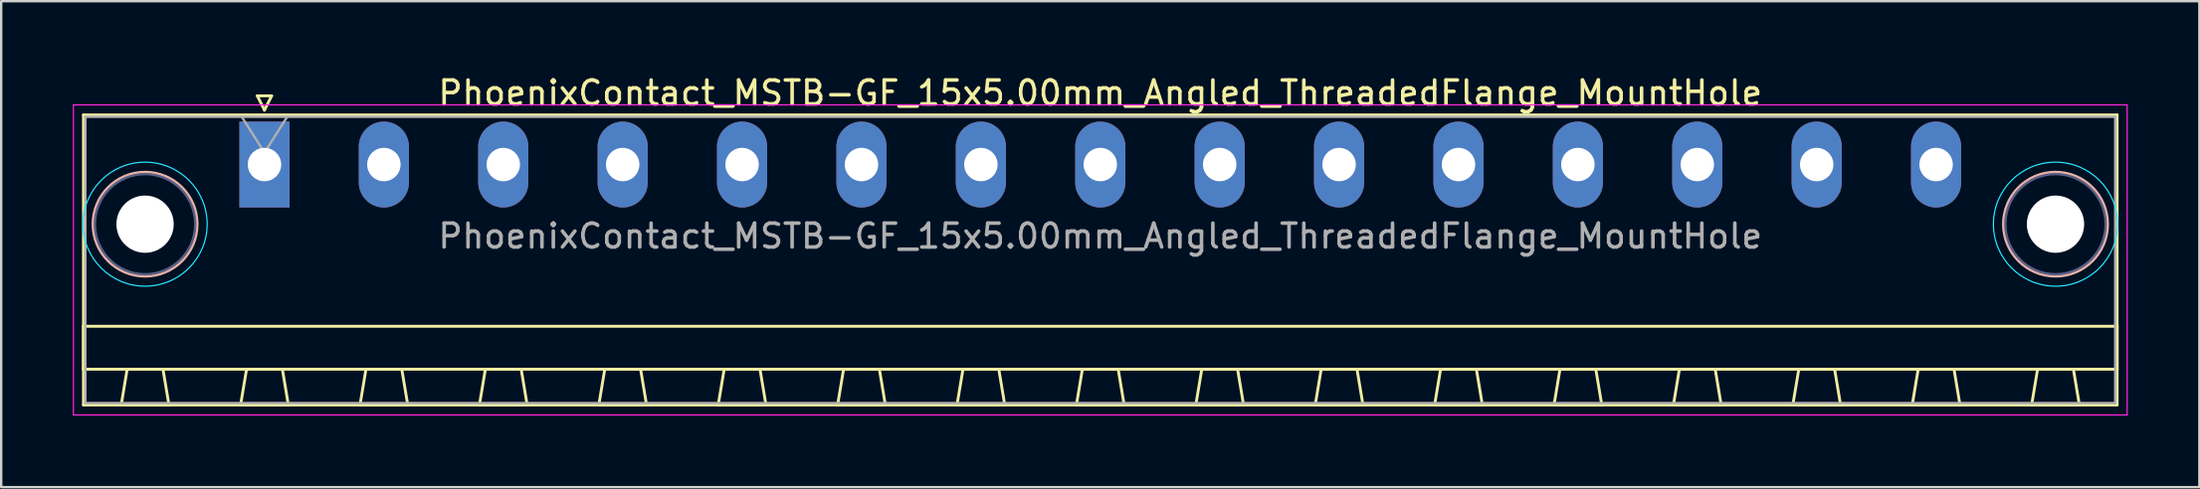
<source format=kicad_pcb>
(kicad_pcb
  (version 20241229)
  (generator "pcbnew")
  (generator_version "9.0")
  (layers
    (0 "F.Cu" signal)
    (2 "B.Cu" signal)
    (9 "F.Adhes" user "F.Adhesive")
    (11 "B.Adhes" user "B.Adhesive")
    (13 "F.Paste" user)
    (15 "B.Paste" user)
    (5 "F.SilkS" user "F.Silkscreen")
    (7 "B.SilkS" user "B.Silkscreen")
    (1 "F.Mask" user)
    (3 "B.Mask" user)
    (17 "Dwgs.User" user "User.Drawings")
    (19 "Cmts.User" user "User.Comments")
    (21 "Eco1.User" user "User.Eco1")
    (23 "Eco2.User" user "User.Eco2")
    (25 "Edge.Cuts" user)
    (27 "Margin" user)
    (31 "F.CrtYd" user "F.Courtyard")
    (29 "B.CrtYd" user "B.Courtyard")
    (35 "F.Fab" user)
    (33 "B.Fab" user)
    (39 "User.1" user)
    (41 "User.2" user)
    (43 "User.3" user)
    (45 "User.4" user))
  (footprint "PhoenixContact_MSTB-GF_15x5.00mm_Angled_ThreadedFlange_MountHole"
    (layer "F.Cu")
    (at 8.025 3.848)
    (property "Reference" "PhoenixContact_MSTB-GF_15x5.00mm_Angled_ThreadedFlange_MountHole" (at 35 -3 0) (layer "F.SilkS") (effects (font (size 1 1) (thickness 0.15))))
    (attr through_hole)
    (fp_line (start -7.58 -2.08) (end -7.58 10.08) (stroke (width 0.12) (type solid)) (layer "F.SilkS"))
    (fp_line (start -7.58 6.78) (end 77.58 6.78) (stroke (width 0.12) (type solid)) (layer "F.SilkS"))
    (fp_line (start -7.58 8.58) (end -7.58 6.78) (stroke (width 0.12) (type solid)) (layer "F.SilkS"))
    (fp_line (start -7.58 10.08) (end 77.58 10.08) (stroke (width 0.12) (type solid)) (layer "F.SilkS"))
    (fp_line (start -6 10.08) (end -4 10.08) (stroke (width 0.12) (type solid)) (layer "F.SilkS"))
    (fp_line (start -5.75 8.58) (end -6 10.08) (stroke (width 0.12) (type solid)) (layer "F.SilkS"))
    (fp_line (start -4.25 8.58) (end -5.75 8.58) (stroke (width 0.12) (type solid)) (layer "F.SilkS"))
    (fp_line (start -4 10.08) (end -4.25 8.58) (stroke (width 0.12) (type solid)) (layer "F.SilkS"))
    (fp_line (start -1 10.08) (end 1 10.08) (stroke (width 0.12) (type solid)) (layer "F.SilkS"))
    (fp_line (start -0.75 8.58) (end -1 10.08) (stroke (width 0.12) (type solid)) (layer "F.SilkS"))
    (fp_line (start -0.3 -2.88) (end 0.3 -2.88) (stroke (width 0.12) (type solid)) (layer "F.SilkS"))
    (fp_line (start 0 -2.28) (end -0.3 -2.88) (stroke (width 0.12) (type solid)) (layer "F.SilkS"))
    (fp_line (start 0.3 -2.88) (end 0 -2.28) (stroke (width 0.12) (type solid)) (layer "F.SilkS"))
    (fp_line (start 0.75 8.58) (end -0.75 8.58) (stroke (width 0.12) (type solid)) (layer "F.SilkS"))
    (fp_line (start 1 10.08) (end 0.75 8.58) (stroke (width 0.12) (type solid)) (layer "F.SilkS"))
    (fp_line (start 4 10.08) (end 6 10.08) (stroke (width 0.12) (type solid)) (layer "F.SilkS"))
    (fp_line (start 4.25 8.58) (end 4 10.08) (stroke (width 0.12) (type solid)) (layer "F.SilkS"))
    (fp_line (start 5.75 8.58) (end 4.25 8.58) (stroke (width 0.12) (type solid)) (layer "F.SilkS"))
    (fp_line (start 6 10.08) (end 5.75 8.58) (stroke (width 0.12) (type solid)) (layer "F.SilkS"))
    (fp_line (start 9 10.08) (end 11 10.08) (stroke (width 0.12) (type solid)) (layer "F.SilkS"))
    (fp_line (start 9.25 8.58) (end 9 10.08) (stroke (width 0.12) (type solid)) (layer "F.SilkS"))
    (fp_line (start 10.75 8.58) (end 9.25 8.58) (stroke (width 0.12) (type solid)) (layer "F.SilkS"))
    (fp_line (start 11 10.08) (end 10.75 8.58) (stroke (width 0.12) (type solid)) (layer "F.SilkS"))
    (fp_line (start 14 10.08) (end 16 10.08) (stroke (width 0.12) (type solid)) (layer "F.SilkS"))
    (fp_line (start 14.25 8.58) (end 14 10.08) (stroke (width 0.12) (type solid)) (layer "F.SilkS"))
    (fp_line (start 15.75 8.58) (end 14.25 8.58) (stroke (width 0.12) (type solid)) (layer "F.SilkS"))
    (fp_line (start 16 10.08) (end 15.75 8.58) (stroke (width 0.12) (type solid)) (layer "F.SilkS"))
    (fp_line (start 19 10.08) (end 21 10.08) (stroke (width 0.12) (type solid)) (layer "F.SilkS"))
    (fp_line (start 19.25 8.58) (end 19 10.08) (stroke (width 0.12) (type solid)) (layer "F.SilkS"))
    (fp_line (start 20.75 8.58) (end 19.25 8.58) (stroke (width 0.12) (type solid)) (layer "F.SilkS"))
    (fp_line (start 21 10.08) (end 20.75 8.58) (stroke (width 0.12) (type solid)) (layer "F.SilkS"))
    (fp_line (start 24 10.08) (end 26 10.08) (stroke (width 0.12) (type solid)) (layer "F.SilkS"))
    (fp_line (start 24.25 8.58) (end 24 10.08) (stroke (width 0.12) (type solid)) (layer "F.SilkS"))
    (fp_line (start 25.75 8.58) (end 24.25 8.58) (stroke (width 0.12) (type solid)) (layer "F.SilkS"))
    (fp_line (start 26 10.08) (end 25.75 8.58) (stroke (width 0.12) (type solid)) (layer "F.SilkS"))
    (fp_line (start 29 10.08) (end 31 10.08) (stroke (width 0.12) (type solid)) (layer "F.SilkS"))
    (fp_line (start 29.25 8.58) (end 29 10.08) (stroke (width 0.12) (type solid)) (layer "F.SilkS"))
    (fp_line (start 30.75 8.58) (end 29.25 8.58) (stroke (width 0.12) (type solid)) (layer "F.SilkS"))
    (fp_line (start 31 10.08) (end 30.75 8.58) (stroke (width 0.12) (type solid)) (layer "F.SilkS"))
    (fp_line (start 34 10.08) (end 36 10.08) (stroke (width 0.12) (type solid)) (layer "F.SilkS"))
    (fp_line (start 34.25 8.58) (end 34 10.08) (stroke (width 0.12) (type solid)) (layer "F.SilkS"))
    (fp_line (start 35.75 8.58) (end 34.25 8.58) (stroke (width 0.12) (type solid)) (layer "F.SilkS"))
    (fp_line (start 36 10.08) (end 35.75 8.58) (stroke (width 0.12) (type solid)) (layer "F.SilkS"))
    (fp_line (start 39 10.08) (end 41 10.08) (stroke (width 0.12) (type solid)) (layer "F.SilkS"))
    (fp_line (start 39.25 8.58) (end 39 10.08) (stroke (width 0.12) (type solid)) (layer "F.SilkS"))
    (fp_line (start 40.75 8.58) (end 39.25 8.58) (stroke (width 0.12) (type solid)) (layer "F.SilkS"))
    (fp_line (start 41 10.08) (end 40.75 8.58) (stroke (width 0.12) (type solid)) (layer "F.SilkS"))
    (fp_line (start 44 10.08) (end 46 10.08) (stroke (width 0.12) (type solid)) (layer "F.SilkS"))
    (fp_line (start 44.25 8.58) (end 44 10.08) (stroke (width 0.12) (type solid)) (layer "F.SilkS"))
    (fp_line (start 45.75 8.58) (end 44.25 8.58) (stroke (width 0.12) (type solid)) (layer "F.SilkS"))
    (fp_line (start 46 10.08) (end 45.75 8.58) (stroke (width 0.12) (type solid)) (layer "F.SilkS"))
    (fp_line (start 49 10.08) (end 51 10.08) (stroke (width 0.12) (type solid)) (layer "F.SilkS"))
    (fp_line (start 49.25 8.58) (end 49 10.08) (stroke (width 0.12) (type solid)) (layer "F.SilkS"))
    (fp_line (start 50.75 8.58) (end 49.25 8.58) (stroke (width 0.12) (type solid)) (layer "F.SilkS"))
    (fp_line (start 51 10.08) (end 50.75 8.58) (stroke (width 0.12) (type solid)) (layer "F.SilkS"))
    (fp_line (start 54 10.08) (end 56 10.08) (stroke (width 0.12) (type solid)) (layer "F.SilkS"))
    (fp_line (start 54.25 8.58) (end 54 10.08) (stroke (width 0.12) (type solid)) (layer "F.SilkS"))
    (fp_line (start 55.75 8.58) (end 54.25 8.58) (stroke (width 0.12) (type solid)) (layer "F.SilkS"))
    (fp_line (start 56 10.08) (end 55.75 8.58) (stroke (width 0.12) (type solid)) (layer "F.SilkS"))
    (fp_line (start 59 10.08) (end 61 10.08) (stroke (width 0.12) (type solid)) (layer "F.SilkS"))
    (fp_line (start 59.25 8.58) (end 59 10.08) (stroke (width 0.12) (type solid)) (layer "F.SilkS"))
    (fp_line (start 60.75 8.58) (end 59.25 8.58) (stroke (width 0.12) (type solid)) (layer "F.SilkS"))
    (fp_line (start 61 10.08) (end 60.75 8.58) (stroke (width 0.12) (type solid)) (layer "F.SilkS"))
    (fp_line (start 64 10.08) (end 66 10.08) (stroke (width 0.12) (type solid)) (layer "F.SilkS"))
    (fp_line (start 64.25 8.58) (end 64 10.08) (stroke (width 0.12) (type solid)) (layer "F.SilkS"))
    (fp_line (start 65.75 8.58) (end 64.25 8.58) (stroke (width 0.12) (type solid)) (layer "F.SilkS"))
    (fp_line (start 66 10.08) (end 65.75 8.58) (stroke (width 0.12) (type solid)) (layer "F.SilkS"))
    (fp_line (start 69 10.08) (end 71 10.08) (stroke (width 0.12) (type solid)) (layer "F.SilkS"))
    (fp_line (start 69.25 8.58) (end 69 10.08) (stroke (width 0.12) (type solid)) (layer "F.SilkS"))
    (fp_line (start 70.75 8.58) (end 69.25 8.58) (stroke (width 0.12) (type solid)) (layer "F.SilkS"))
    (fp_line (start 71 10.08) (end 70.75 8.58) (stroke (width 0.12) (type solid)) (layer "F.SilkS"))
    (fp_line (start 74 10.08) (end 76 10.08) (stroke (width 0.12) (type solid)) (layer "F.SilkS"))
    (fp_line (start 74.25 8.58) (end 74 10.08) (stroke (width 0.12) (type solid)) (layer "F.SilkS"))
    (fp_line (start 75.75 8.58) (end 74.25 8.58) (stroke (width 0.12) (type solid)) (layer "F.SilkS"))
    (fp_line (start 76 10.08) (end 75.75 8.58) (stroke (width 0.12) (type solid)) (layer "F.SilkS"))
    (fp_line (start 77.58 -2.08) (end -7.58 -2.08) (stroke (width 0.12) (type solid)) (layer "F.SilkS"))
    (fp_line (start 77.58 6.78) (end 77.58 8.58) (stroke (width 0.12) (type solid)) (layer "F.SilkS"))
    (fp_line (start 77.58 8.58) (end -7.58 8.58) (stroke (width 0.12) (type solid)) (layer "F.SilkS"))
    (fp_line (start 77.58 10.08) (end 77.58 -2.08) (stroke (width 0.12) (type solid)) (layer "F.SilkS"))
    (fp_circle (center -5 2.5) (end -2.82 2.5) (stroke (width 0.12) (type solid)) (fill no) (layer "B.SilkS"))
    (fp_circle (center 75 2.5) (end 77.18 2.5) (stroke (width 0.12) (type solid)) (fill no) (layer "B.SilkS"))
    (fp_circle (center -5 2.5) (end -2.4 2.5) (stroke (width 0.05) (type solid)) (fill no) (layer "B.CrtYd"))
    (fp_circle (center 75 2.5) (end 77.6 2.5) (stroke (width 0.05) (type solid)) (fill no) (layer "B.CrtYd"))
    (fp_line (start -8 -2.5) (end -8 10.5) (stroke (width 0.05) (type solid)) (layer "F.CrtYd"))
    (fp_line (start -8 10.5) (end 78 10.5) (stroke (width 0.05) (type solid)) (layer "F.CrtYd"))
    (fp_line (start 78 -2.5) (end -8 -2.5) (stroke (width 0.05) (type solid)) (layer "F.CrtYd"))
    (fp_line (start 78 10.5) (end 78 -2.5) (stroke (width 0.05) (type solid)) (layer "F.CrtYd"))
    (fp_circle (center -5 2.5) (end -2.9 2.5) (stroke (width 0.1) (type solid)) (fill no) (layer "B.Fab"))
    (fp_circle (center 75 2.5) (end 77.1 2.5) (stroke (width 0.1) (type solid)) (fill no) (layer "B.Fab"))
    (fp_line (start -7.5 -2) (end -7.5 10) (stroke (width 0.1) (type solid)) (layer "F.Fab"))
    (fp_line (start -7.5 10) (end 77.5 10) (stroke (width 0.1) (type solid)) (layer "F.Fab"))
    (fp_line (start 0 -0.5) (end -0.95 -2) (stroke (width 0.1) (type solid)) (layer "F.Fab"))
    (fp_line (start 0.95 -2) (end 0 -0.5) (stroke (width 0.1) (type solid)) (layer "F.Fab"))
    (fp_line (start 77.5 -2) (end -7.5 -2) (stroke (width 0.1) (type solid)) (layer "F.Fab"))
    (fp_line (start 77.5 10) (end 77.5 -2) (stroke (width 0.1) (type solid)) (layer "F.Fab"))
    (fp_text user "${REFERENCE}" (at 35 3 0) (layer "F.Fab") (effects (font (size 1 1) (thickness 0.15))))
    (pad "" np_thru_hole circle (at -5 2.5) (size 2.4 2.4) (drill 2.4) (layers "*.Cu" "*.Mask"))
    (pad "" np_thru_hole circle (at 75 2.5) (size 2.4 2.4) (drill 2.4) (layers "*.Cu" "*.Mask"))
    (pad "1" thru_hole rect (at 0 0) (size 2.1 3.6) (drill 1.4) (layers "*.Cu" "*.Mask"))
    (pad "2" thru_hole oval (at 5 0) (size 2.1 3.6) (drill 1.4) (layers "*.Cu" "*.Mask"))
    (pad "3" thru_hole oval (at 10 0) (size 2.1 3.6) (drill 1.4) (layers "*.Cu" "*.Mask"))
    (pad "4" thru_hole oval (at 15 0) (size 2.1 3.6) (drill 1.4) (layers "*.Cu" "*.Mask"))
    (pad "5" thru_hole oval (at 20 0) (size 2.1 3.6) (drill 1.4) (layers "*.Cu" "*.Mask"))
    (pad "6" thru_hole oval (at 25 0) (size 2.1 3.6) (drill 1.4) (layers "*.Cu" "*.Mask"))
    (pad "7" thru_hole oval (at 30 0) (size 2.1 3.6) (drill 1.4) (layers "*.Cu" "*.Mask"))
    (pad "8" thru_hole oval (at 35 0) (size 2.1 3.6) (drill 1.4) (layers "*.Cu" "*.Mask"))
    (pad "9" thru_hole oval (at 40 0) (size 2.1 3.6) (drill 1.4) (layers "*.Cu" "*.Mask"))
    (pad "10" thru_hole oval (at 45 0) (size 2.1 3.6) (drill 1.4) (layers "*.Cu" "*.Mask"))
    (pad "11" thru_hole oval (at 50 0) (size 2.1 3.6) (drill 1.4) (layers "*.Cu" "*.Mask"))
    (pad "12" thru_hole oval (at 55 0) (size 2.1 3.6) (drill 1.4) (layers "*.Cu" "*.Mask"))
    (pad "13" thru_hole oval (at 60 0) (size 2.1 3.6) (drill 1.4) (layers "*.Cu" "*.Mask"))
    (pad "14" thru_hole oval (at 65 0) (size 2.1 3.6) (drill 1.4) (layers "*.Cu" "*.Mask"))
    (pad "15" thru_hole oval (at 70 0) (size 2.1 3.6) (drill 1.4) (layers "*.Cu" "*.Mask")))
  (gr_rect
    (start -3 -3)
    (end 89.05 17.373)
    (stroke (width 0.1) (type default))
    (fill no)
    (layer "Edge.Cuts")))
</source>
